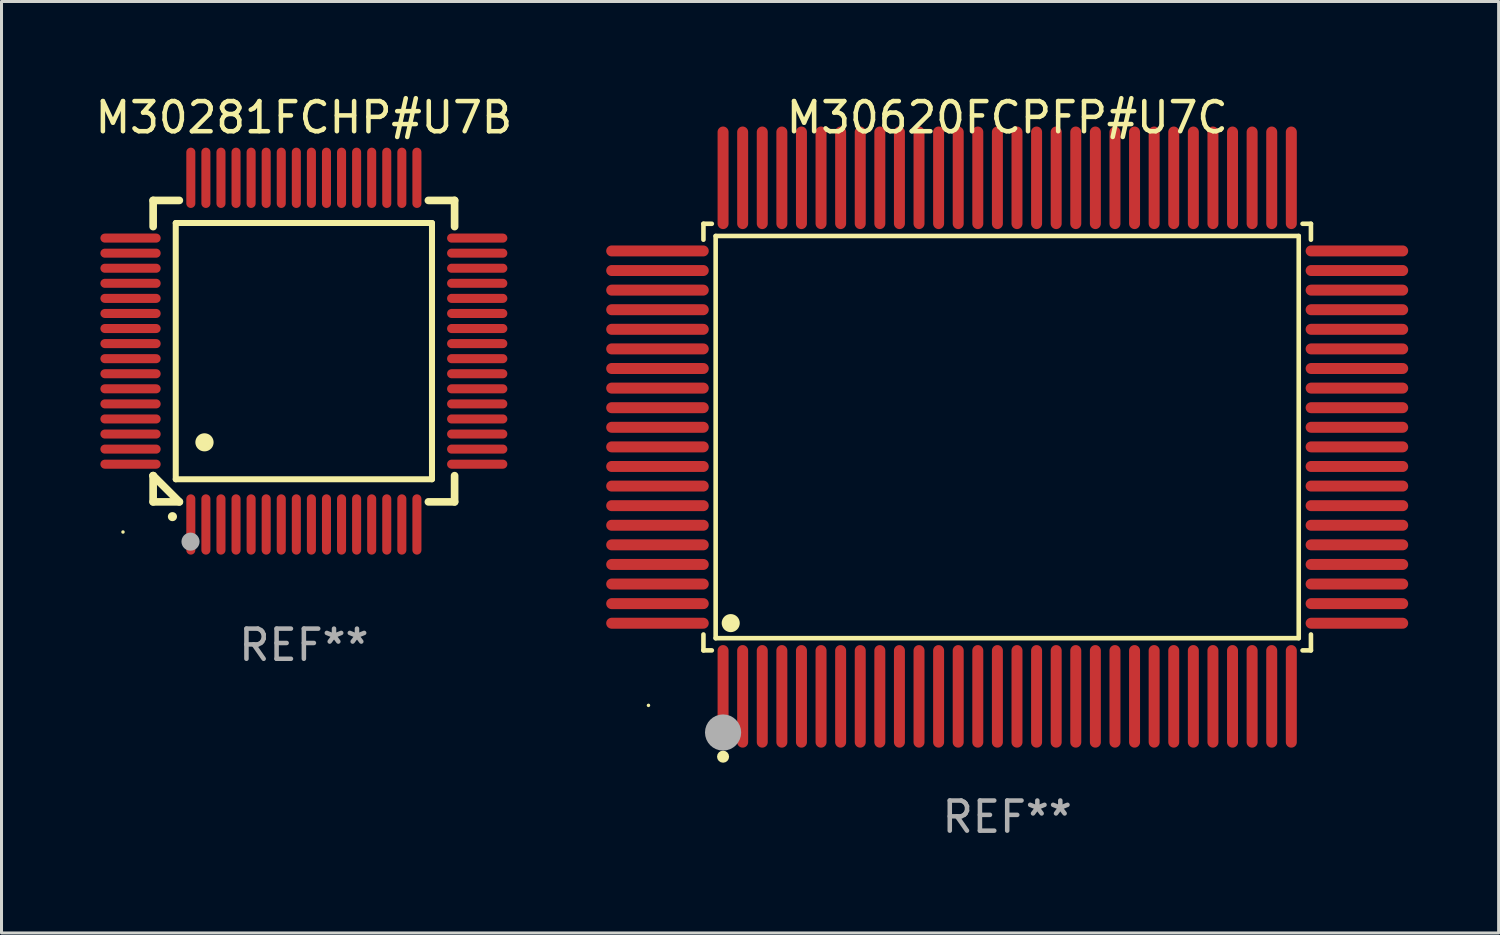
<source format=kicad_pcb>
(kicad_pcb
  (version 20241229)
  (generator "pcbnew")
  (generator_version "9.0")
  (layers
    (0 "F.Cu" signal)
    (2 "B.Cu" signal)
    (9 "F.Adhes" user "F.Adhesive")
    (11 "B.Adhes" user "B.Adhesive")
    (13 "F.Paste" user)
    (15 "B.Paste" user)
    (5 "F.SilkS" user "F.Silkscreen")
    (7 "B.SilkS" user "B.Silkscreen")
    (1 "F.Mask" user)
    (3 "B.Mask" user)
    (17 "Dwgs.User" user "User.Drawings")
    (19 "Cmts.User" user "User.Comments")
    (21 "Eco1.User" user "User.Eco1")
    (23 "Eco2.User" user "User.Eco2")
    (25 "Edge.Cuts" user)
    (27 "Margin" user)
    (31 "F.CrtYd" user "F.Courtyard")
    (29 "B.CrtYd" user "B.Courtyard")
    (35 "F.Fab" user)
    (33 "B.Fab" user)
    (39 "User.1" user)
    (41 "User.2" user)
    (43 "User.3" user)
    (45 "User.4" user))
  (footprint "M30620FCPFP#U7C"
    (layer "F.Cu")
    (at 30.361 11.449)
    (property "Reference" "M30620FCPFP#U7C" (at 0 -10.601 0) (layer "F.SilkS") (effects (font (size 1 1) (thickness 0.15))))
    (attr through_hole)
    (fp_line (start -10.076 -7.076) (end -9.798 -7.076) (stroke (width 0.152) (type solid)) (layer "F.SilkS"))
    (fp_line (start -10.076 -6.548) (end -10.076 -7.076) (stroke (width 0.152) (type solid)) (layer "F.SilkS"))
    (fp_line (start -10.076 6.548) (end -10.076 7.076) (stroke (width 0.152) (type solid)) (layer "F.SilkS"))
    (fp_line (start -10.076 7.076) (end -9.798 7.076) (stroke (width 0.152) (type solid)) (layer "F.SilkS"))
    (fp_line (start -9.671 -6.671) (end 9.671 -6.671) (stroke (width 0.152) (type solid)) (layer "F.SilkS"))
    (fp_line (start -9.671 6.671) (end -9.671 -6.671) (stroke (width 0.152) (type solid)) (layer "F.SilkS"))
    (fp_line (start 9.671 -6.671) (end 9.671 6.671) (stroke (width 0.152) (type solid)) (layer "F.SilkS"))
    (fp_line (start 9.671 6.671) (end -9.671 6.671) (stroke (width 0.152) (type solid)) (layer "F.SilkS"))
    (fp_line (start 10.076 -7.076) (end 9.798 -7.076) (stroke (width 0.152) (type solid)) (layer "F.SilkS"))
    (fp_line (start 10.076 -6.548) (end 10.076 -7.076) (stroke (width 0.152) (type solid)) (layer "F.SilkS"))
    (fp_line (start 10.076 6.548) (end 10.076 7.076) (stroke (width 0.152) (type solid)) (layer "F.SilkS"))
    (fp_line (start 10.076 7.076) (end 9.798 7.076) (stroke (width 0.152) (type solid)) (layer "F.SilkS"))
    (fp_circle (center -11.9 8.9) (end -11.87 8.9) (stroke (width 0.06) (type solid)) (fill no) (layer "F.SilkS"))
    (fp_circle (center -9.425 10.602) (end -9.325 10.602) (stroke (width 0.2) (type solid)) (fill no) (layer "F.SilkS"))
    (fp_circle (center -9.171 6.171) (end -9.021 6.171) (stroke (width 0.3) (type solid)) (fill no) (layer "F.SilkS"))
    (fp_circle (center -9.425 9.8) (end -9.125 9.8) (stroke (width 0.6) (type solid)) (fill no) (layer "F.Fab"))
    (fp_text user "REF**" (at 0 12.601 0) (layer "F.Fab") (effects (font (size 1 1) (thickness 0.15))))
    (pad "1" smd oval (at -9.425 8.601) (size 0.364 3.402) (layers "F.Cu" "F.Mask" "F.Paste"))
    (pad "2" smd oval (at -8.775 8.601) (size 0.364 3.402) (layers "F.Cu" "F.Mask" "F.Paste"))
    (pad "3" smd oval (at -8.125 8.601) (size 0.364 3.402) (layers "F.Cu" "F.Mask" "F.Paste"))
    (pad "4" smd oval (at -7.475 8.601) (size 0.364 3.402) (layers "F.Cu" "F.Mask" "F.Paste"))
    (pad "5" smd oval (at -6.825 8.601) (size 0.364 3.402) (layers "F.Cu" "F.Mask" "F.Paste"))
    (pad "6" smd oval (at -6.175 8.601) (size 0.364 3.402) (layers "F.Cu" "F.Mask" "F.Paste"))
    (pad "7" smd oval (at -5.525 8.601) (size 0.364 3.402) (layers "F.Cu" "F.Mask" "F.Paste"))
    (pad "8" smd oval (at -4.875 8.601) (size 0.364 3.402) (layers "F.Cu" "F.Mask" "F.Paste"))
    (pad "9" smd oval (at -4.225 8.601) (size 0.364 3.402) (layers "F.Cu" "F.Mask" "F.Paste"))
    (pad "10" smd oval (at -3.575 8.601) (size 0.364 3.402) (layers "F.Cu" "F.Mask" "F.Paste"))
    (pad "11" smd oval (at -2.925 8.601) (size 0.364 3.402) (layers "F.Cu" "F.Mask" "F.Paste"))
    (pad "12" smd oval (at -2.275 8.601) (size 0.364 3.402) (layers "F.Cu" "F.Mask" "F.Paste"))
    (pad "13" smd oval (at -1.625 8.601) (size 0.364 3.402) (layers "F.Cu" "F.Mask" "F.Paste"))
    (pad "14" smd oval (at -0.975 8.601) (size 0.364 3.402) (layers "F.Cu" "F.Mask" "F.Paste"))
    (pad "15" smd oval (at -0.325 8.601) (size 0.364 3.402) (layers "F.Cu" "F.Mask" "F.Paste"))
    (pad "16" smd oval (at 0.325 8.601) (size 0.364 3.402) (layers "F.Cu" "F.Mask" "F.Paste"))
    (pad "17" smd oval (at 0.975 8.601) (size 0.364 3.402) (layers "F.Cu" "F.Mask" "F.Paste"))
    (pad "18" smd oval (at 1.625 8.601) (size 0.364 3.402) (layers "F.Cu" "F.Mask" "F.Paste"))
    (pad "19" smd oval (at 2.275 8.601) (size 0.364 3.402) (layers "F.Cu" "F.Mask" "F.Paste"))
    (pad "20" smd oval (at 2.925 8.601) (size 0.364 3.402) (layers "F.Cu" "F.Mask" "F.Paste"))
    (pad "21" smd oval (at 3.575 8.601) (size 0.364 3.402) (layers "F.Cu" "F.Mask" "F.Paste"))
    (pad "22" smd oval (at 4.225 8.601) (size 0.364 3.402) (layers "F.Cu" "F.Mask" "F.Paste"))
    (pad "23" smd oval (at 4.875 8.601) (size 0.364 3.402) (layers "F.Cu" "F.Mask" "F.Paste"))
    (pad "24" smd oval (at 5.525 8.601) (size 0.364 3.402) (layers "F.Cu" "F.Mask" "F.Paste"))
    (pad "25" smd oval (at 6.175 8.601) (size 0.364 3.402) (layers "F.Cu" "F.Mask" "F.Paste"))
    (pad "26" smd oval (at 6.825 8.601) (size 0.364 3.402) (layers "F.Cu" "F.Mask" "F.Paste"))
    (pad "27" smd oval (at 7.475 8.601) (size 0.364 3.402) (layers "F.Cu" "F.Mask" "F.Paste"))
    (pad "28" smd oval (at 8.125 8.601) (size 0.364 3.402) (layers "F.Cu" "F.Mask" "F.Paste"))
    (pad "29" smd oval (at 8.775 8.601) (size 0.364 3.402) (layers "F.Cu" "F.Mask" "F.Paste"))
    (pad "30" smd oval (at 9.425 8.601) (size 0.364 3.402) (layers "F.Cu" "F.Mask" "F.Paste"))
    (pad "31" smd oval (at 11.601 6.175) (size 3.402 0.364) (layers "F.Cu" "F.Mask" "F.Paste"))
    (pad "32" smd oval (at 11.601 5.525) (size 3.402 0.364) (layers "F.Cu" "F.Mask" "F.Paste"))
    (pad "33" smd oval (at 11.601 4.875) (size 3.402 0.364) (layers "F.Cu" "F.Mask" "F.Paste"))
    (pad "34" smd oval (at 11.601 4.225) (size 3.402 0.364) (layers "F.Cu" "F.Mask" "F.Paste"))
    (pad "35" smd oval (at 11.601 3.575) (size 3.402 0.364) (layers "F.Cu" "F.Mask" "F.Paste"))
    (pad "36" smd oval (at 11.601 2.925) (size 3.402 0.364) (layers "F.Cu" "F.Mask" "F.Paste"))
    (pad "37" smd oval (at 11.601 2.275) (size 3.402 0.364) (layers "F.Cu" "F.Mask" "F.Paste"))
    (pad "38" smd oval (at 11.601 1.625) (size 3.402 0.364) (layers "F.Cu" "F.Mask" "F.Paste"))
    (pad "39" smd oval (at 11.601 0.975) (size 3.402 0.364) (layers "F.Cu" "F.Mask" "F.Paste"))
    (pad "40" smd oval (at 11.601 0.325) (size 3.402 0.364) (layers "F.Cu" "F.Mask" "F.Paste"))
    (pad "41" smd oval (at 11.601 -0.325) (size 3.402 0.364) (layers "F.Cu" "F.Mask" "F.Paste"))
    (pad "42" smd oval (at 11.601 -0.975) (size 3.402 0.364) (layers "F.Cu" "F.Mask" "F.Paste"))
    (pad "43" smd oval (at 11.601 -1.625) (size 3.402 0.364) (layers "F.Cu" "F.Mask" "F.Paste"))
    (pad "44" smd oval (at 11.601 -2.275) (size 3.402 0.364) (layers "F.Cu" "F.Mask" "F.Paste"))
    (pad "45" smd oval (at 11.601 -2.925) (size 3.402 0.364) (layers "F.Cu" "F.Mask" "F.Paste"))
    (pad "46" smd oval (at 11.601 -3.575) (size 3.402 0.364) (layers "F.Cu" "F.Mask" "F.Paste"))
    (pad "47" smd oval (at 11.601 -4.225) (size 3.402 0.364) (layers "F.Cu" "F.Mask" "F.Paste"))
    (pad "48" smd oval (at 11.601 -4.875) (size 3.402 0.364) (layers "F.Cu" "F.Mask" "F.Paste"))
    (pad "49" smd oval (at 11.601 -5.525) (size 3.402 0.364) (layers "F.Cu" "F.Mask" "F.Paste"))
    (pad "50" smd oval (at 11.601 -6.175) (size 3.402 0.364) (layers "F.Cu" "F.Mask" "F.Paste"))
    (pad "51" smd oval (at 9.425 -8.601) (size 0.364 3.402) (layers "F.Cu" "F.Mask" "F.Paste"))
    (pad "52" smd oval (at 8.775 -8.601) (size 0.364 3.402) (layers "F.Cu" "F.Mask" "F.Paste"))
    (pad "53" smd oval (at 8.125 -8.601) (size 0.364 3.402) (layers "F.Cu" "F.Mask" "F.Paste"))
    (pad "54" smd oval (at 7.475 -8.601) (size 0.364 3.402) (layers "F.Cu" "F.Mask" "F.Paste"))
    (pad "55" smd oval (at 6.825 -8.601) (size 0.364 3.402) (layers "F.Cu" "F.Mask" "F.Paste"))
    (pad "56" smd oval (at 6.175 -8.601) (size 0.364 3.402) (layers "F.Cu" "F.Mask" "F.Paste"))
    (pad "57" smd oval (at 5.525 -8.601) (size 0.364 3.402) (layers "F.Cu" "F.Mask" "F.Paste"))
    (pad "58" smd oval (at 4.875 -8.601) (size 0.364 3.402) (layers "F.Cu" "F.Mask" "F.Paste"))
    (pad "59" smd oval (at 4.225 -8.601) (size 0.364 3.402) (layers "F.Cu" "F.Mask" "F.Paste"))
    (pad "60" smd oval (at 3.575 -8.601) (size 0.364 3.402) (layers "F.Cu" "F.Mask" "F.Paste"))
    (pad "61" smd oval (at 2.925 -8.601) (size 0.364 3.402) (layers "F.Cu" "F.Mask" "F.Paste"))
    (pad "62" smd oval (at 2.275 -8.601) (size 0.364 3.402) (layers "F.Cu" "F.Mask" "F.Paste"))
    (pad "63" smd oval (at 1.625 -8.601) (size 0.364 3.402) (layers "F.Cu" "F.Mask" "F.Paste"))
    (pad "64" smd oval (at 0.975 -8.601) (size 0.364 3.402) (layers "F.Cu" "F.Mask" "F.Paste"))
    (pad "65" smd oval (at 0.325 -8.601) (size 0.364 3.402) (layers "F.Cu" "F.Mask" "F.Paste"))
    (pad "66" smd oval (at -0.325 -8.601) (size 0.364 3.402) (layers "F.Cu" "F.Mask" "F.Paste"))
    (pad "67" smd oval (at -0.975 -8.601) (size 0.364 3.402) (layers "F.Cu" "F.Mask" "F.Paste"))
    (pad "68" smd oval (at -1.625 -8.601) (size 0.364 3.402) (layers "F.Cu" "F.Mask" "F.Paste"))
    (pad "69" smd oval (at -2.275 -8.601) (size 0.364 3.402) (layers "F.Cu" "F.Mask" "F.Paste"))
    (pad "70" smd oval (at -2.925 -8.601) (size 0.364 3.402) (layers "F.Cu" "F.Mask" "F.Paste"))
    (pad "71" smd oval (at -3.575 -8.601) (size 0.364 3.402) (layers "F.Cu" "F.Mask" "F.Paste"))
    (pad "72" smd oval (at -4.225 -8.601) (size 0.364 3.402) (layers "F.Cu" "F.Mask" "F.Paste"))
    (pad "73" smd oval (at -4.875 -8.601) (size 0.364 3.402) (layers "F.Cu" "F.Mask" "F.Paste"))
    (pad "74" smd oval (at -5.525 -8.601) (size 0.364 3.402) (layers "F.Cu" "F.Mask" "F.Paste"))
    (pad "75" smd oval (at -6.175 -8.601) (size 0.364 3.402) (layers "F.Cu" "F.Mask" "F.Paste"))
    (pad "76" smd oval (at -6.825 -8.601) (size 0.364 3.402) (layers "F.Cu" "F.Mask" "F.Paste"))
    (pad "77" smd oval (at -7.475 -8.601) (size 0.364 3.402) (layers "F.Cu" "F.Mask" "F.Paste"))
    (pad "78" smd oval (at -8.125 -8.601) (size 0.364 3.402) (layers "F.Cu" "F.Mask" "F.Paste"))
    (pad "79" smd oval (at -8.775 -8.601) (size 0.364 3.402) (layers "F.Cu" "F.Mask" "F.Paste"))
    (pad "80" smd oval (at -9.425 -8.601) (size 0.364 3.402) (layers "F.Cu" "F.Mask" "F.Paste"))
    (pad "81" smd oval (at -11.601 -6.175) (size 3.402 0.364) (layers "F.Cu" "F.Mask" "F.Paste"))
    (pad "82" smd oval (at -11.601 -5.525) (size 3.402 0.364) (layers "F.Cu" "F.Mask" "F.Paste"))
    (pad "83" smd oval (at -11.601 -4.875) (size 3.402 0.364) (layers "F.Cu" "F.Mask" "F.Paste"))
    (pad "84" smd oval (at -11.601 -4.225) (size 3.402 0.364) (layers "F.Cu" "F.Mask" "F.Paste"))
    (pad "85" smd oval (at -11.601 -3.575) (size 3.402 0.364) (layers "F.Cu" "F.Mask" "F.Paste"))
    (pad "86" smd oval (at -11.601 -2.925) (size 3.402 0.364) (layers "F.Cu" "F.Mask" "F.Paste"))
    (pad "87" smd oval (at -11.601 -2.275) (size 3.402 0.364) (layers "F.Cu" "F.Mask" "F.Paste"))
    (pad "88" smd oval (at -11.601 -1.625) (size 3.402 0.364) (layers "F.Cu" "F.Mask" "F.Paste"))
    (pad "89" smd oval (at -11.601 -0.975) (size 3.402 0.364) (layers "F.Cu" "F.Mask" "F.Paste"))
    (pad "90" smd oval (at -11.601 -0.325) (size 3.402 0.364) (layers "F.Cu" "F.Mask" "F.Paste"))
    (pad "91" smd oval (at -11.601 0.325) (size 3.402 0.364) (layers "F.Cu" "F.Mask" "F.Paste"))
    (pad "92" smd oval (at -11.601 0.975) (size 3.402 0.364) (layers "F.Cu" "F.Mask" "F.Paste"))
    (pad "93" smd oval (at -11.601 1.625) (size 3.402 0.364) (layers "F.Cu" "F.Mask" "F.Paste"))
    (pad "94" smd oval (at -11.601 2.275) (size 3.402 0.364) (layers "F.Cu" "F.Mask" "F.Paste"))
    (pad "95" smd oval (at -11.601 2.925) (size 3.402 0.364) (layers "F.Cu" "F.Mask" "F.Paste"))
    (pad "96" smd oval (at -11.601 3.575) (size 3.402 0.364) (layers "F.Cu" "F.Mask" "F.Paste"))
    (pad "97" smd oval (at -11.601 4.225) (size 3.402 0.364) (layers "F.Cu" "F.Mask" "F.Paste"))
    (pad "98" smd oval (at -11.601 4.875) (size 3.402 0.364) (layers "F.Cu" "F.Mask" "F.Paste"))
    (pad "99" smd oval (at -11.601 5.525) (size 3.402 0.364) (layers "F.Cu" "F.Mask" "F.Paste"))
    (pad "100" smd oval (at -11.601 6.175) (size 3.402 0.364) (layers "F.Cu" "F.Mask" "F.Paste")))
  (footprint "M30281FCHP#U7B"
    (layer "F.Cu")
    (at 7.03 8.598)
    (property "Reference" "M30281FCHP#U7B" (at 0 -7.75 0) (layer "F.SilkS") (effects (font (size 1 1) (thickness 0.15))))
    (attr through_hole)
    (fp_line (start -5 -5) (end -4.131 -5) (stroke (width 0.254) (type solid)) (layer "F.SilkS"))
    (fp_line (start -5 -4.131) (end -5 -5) (stroke (width 0.254) (type solid)) (layer "F.SilkS"))
    (fp_line (start -5 4.131) (end -5 4.131) (stroke (width 0.254) (type solid)) (layer "F.SilkS"))
    (fp_line (start -5 5) (end -5 4.131) (stroke (width 0.254) (type solid)) (layer "F.SilkS"))
    (fp_line (start -5 4.131) (end -4.131 5) (stroke (width 0.254) (type solid)) (layer "F.SilkS"))
    (fp_line (start -4.25 -4.25) (end -4.25 4.25) (stroke (width 0.2) (type solid)) (layer "F.SilkS"))
    (fp_line (start -4.25 4.25) (end 4.25 4.25) (stroke (width 0.2) (type solid)) (layer "F.SilkS"))
    (fp_line (start -4.131 5) (end -5 5) (stroke (width 0.254) (type solid)) (layer "F.SilkS"))
    (fp_line (start 4.25 -4.25) (end -4.25 -4.25) (stroke (width 0.2) (type solid)) (layer "F.SilkS"))
    (fp_line (start 4.25 4.25) (end 4.25 -4.25) (stroke (width 0.2) (type solid)) (layer "F.SilkS"))
    (fp_line (start 5 -5) (end 4.131 -5) (stroke (width 0.254) (type solid)) (layer "F.SilkS"))
    (fp_line (start 5 -5) (end 5 -4.131) (stroke (width 0.254) (type solid)) (layer "F.SilkS"))
    (fp_line (start 5 4.131) (end 5 5) (stroke (width 0.254) (type solid)) (layer "F.SilkS"))
    (fp_line (start 5 5) (end 4.131 5) (stroke (width 0.254) (type solid)) (layer "F.SilkS"))
    (fp_arc (start -4.361265 5.489992) (mid -4.359995 5.489987) (end -4.358725 5.489992) (stroke (width 0.3) (type solid)) (layer "F.SilkS"))
    (fp_arc (start -3.299467 3.025146) (mid -3.296927 3.025135) (end -3.294387 3.025146) (stroke (width 0.6) (type solid)) (layer "F.SilkS"))
    (fp_circle (center -6 6) (end -5.97 6) (stroke (width 0.06) (type solid)) (fill no) (layer "F.SilkS"))
    (fp_circle (center -3.76 6.32) (end -3.61 6.32) (stroke (width 0.3) (type solid)) (fill no) (layer "F.Fab"))
    (fp_text user "REF**" (at 0 9.75 0) (layer "F.Fab") (effects (font (size 1 1) (thickness 0.15))))
    (pad "1" smd oval (at -3.75 5.75) (size 0.3 2) (layers "F.Cu" "F.Mask" "F.Paste"))
    (pad "2" smd oval (at -3.25 5.75) (size 0.3 2) (layers "F.Cu" "F.Mask" "F.Paste"))
    (pad "3" smd oval (at -2.75 5.75) (size 0.3 2) (layers "F.Cu" "F.Mask" "F.Paste"))
    (pad "4" smd oval (at -2.25 5.75) (size 0.3 2) (layers "F.Cu" "F.Mask" "F.Paste"))
    (pad "5" smd oval (at -1.75 5.75) (size 0.3 2) (layers "F.Cu" "F.Mask" "F.Paste"))
    (pad "6" smd oval (at -1.25 5.75) (size 0.3 2) (layers "F.Cu" "F.Mask" "F.Paste"))
    (pad "7" smd oval (at -0.75 5.75) (size 0.3 2) (layers "F.Cu" "F.Mask" "F.Paste"))
    (pad "8" smd oval (at -0.25 5.75) (size 0.3 2) (layers "F.Cu" "F.Mask" "F.Paste"))
    (pad "9" smd oval (at 0.25 5.75) (size 0.3 2) (layers "F.Cu" "F.Mask" "F.Paste"))
    (pad "10" smd oval (at 0.75 5.75) (size 0.3 2) (layers "F.Cu" "F.Mask" "F.Paste"))
    (pad "11" smd oval (at 1.25 5.75) (size 0.3 2) (layers "F.Cu" "F.Mask" "F.Paste"))
    (pad "12" smd oval (at 1.75 5.75) (size 0.3 2) (layers "F.Cu" "F.Mask" "F.Paste"))
    (pad "13" smd oval (at 2.25 5.75) (size 0.3 2) (layers "F.Cu" "F.Mask" "F.Paste"))
    (pad "14" smd oval (at 2.75 5.75) (size 0.3 2) (layers "F.Cu" "F.Mask" "F.Paste"))
    (pad "15" smd oval (at 3.25 5.75) (size 0.3 2) (layers "F.Cu" "F.Mask" "F.Paste"))
    (pad "16" smd oval (at 3.75 5.75) (size 0.3 2) (layers "F.Cu" "F.Mask" "F.Paste"))
    (pad "17" smd oval (at 5.75 3.75) (size 2 0.3) (layers "F.Cu" "F.Mask" "F.Paste"))
    (pad "18" smd oval (at 5.75 3.25) (size 2 0.3) (layers "F.Cu" "F.Mask" "F.Paste"))
    (pad "19" smd oval (at 5.75 2.75) (size 2 0.3) (layers "F.Cu" "F.Mask" "F.Paste"))
    (pad "20" smd oval (at 5.75 2.25) (size 2 0.3) (layers "F.Cu" "F.Mask" "F.Paste"))
    (pad "21" smd oval (at 5.75 1.75) (size 2 0.3) (layers "F.Cu" "F.Mask" "F.Paste"))
    (pad "22" smd oval (at 5.75 1.25) (size 2 0.3) (layers "F.Cu" "F.Mask" "F.Paste"))
    (pad "23" smd oval (at 5.75 0.75) (size 2 0.3) (layers "F.Cu" "F.Mask" "F.Paste"))
    (pad "24" smd oval (at 5.75 0.25) (size 2 0.3) (layers "F.Cu" "F.Mask" "F.Paste"))
    (pad "25" smd oval (at 5.75 -0.25) (size 2 0.3) (layers "F.Cu" "F.Mask" "F.Paste"))
    (pad "26" smd oval (at 5.75 -0.75) (size 2 0.3) (layers "F.Cu" "F.Mask" "F.Paste"))
    (pad "27" smd oval (at 5.75 -1.25) (size 2 0.3) (layers "F.Cu" "F.Mask" "F.Paste"))
    (pad "28" smd oval (at 5.75 -1.75) (size 2 0.3) (layers "F.Cu" "F.Mask" "F.Paste"))
    (pad "29" smd oval (at 5.75 -2.25) (size 2 0.3) (layers "F.Cu" "F.Mask" "F.Paste"))
    (pad "30" smd oval (at 5.75 -2.75) (size 2 0.3) (layers "F.Cu" "F.Mask" "F.Paste"))
    (pad "31" smd oval (at 5.75 -3.25) (size 2 0.3) (layers "F.Cu" "F.Mask" "F.Paste"))
    (pad "32" smd oval (at 5.75 -3.75) (size 2 0.3) (layers "F.Cu" "F.Mask" "F.Paste"))
    (pad "33" smd oval (at 3.75 -5.75) (size 0.3 2) (layers "F.Cu" "F.Mask" "F.Paste"))
    (pad "34" smd oval (at 3.25 -5.75) (size 0.3 2) (layers "F.Cu" "F.Mask" "F.Paste"))
    (pad "35" smd oval (at 2.75 -5.75) (size 0.3 2) (layers "F.Cu" "F.Mask" "F.Paste"))
    (pad "36" smd oval (at 2.25 -5.75) (size 0.3 2) (layers "F.Cu" "F.Mask" "F.Paste"))
    (pad "37" smd oval (at 1.75 -5.75) (size 0.3 2) (layers "F.Cu" "F.Mask" "F.Paste"))
    (pad "38" smd oval (at 1.25 -5.75) (size 0.3 2) (layers "F.Cu" "F.Mask" "F.Paste"))
    (pad "39" smd oval (at 0.75 -5.75) (size 0.3 2) (layers "F.Cu" "F.Mask" "F.Paste"))
    (pad "40" smd oval (at 0.25 -5.75) (size 0.3 2) (layers "F.Cu" "F.Mask" "F.Paste"))
    (pad "41" smd oval (at -0.25 -5.75) (size 0.3 2) (layers "F.Cu" "F.Mask" "F.Paste"))
    (pad "42" smd oval (at -0.75 -5.75) (size 0.3 2) (layers "F.Cu" "F.Mask" "F.Paste"))
    (pad "43" smd oval (at -1.25 -5.75) (size 0.3 2) (layers "F.Cu" "F.Mask" "F.Paste"))
    (pad "44" smd oval (at -1.75 -5.75) (size 0.3 2) (layers "F.Cu" "F.Mask" "F.Paste"))
    (pad "45" smd oval (at -2.25 -5.75) (size 0.3 2) (layers "F.Cu" "F.Mask" "F.Paste"))
    (pad "46" smd oval (at -2.75 -5.75) (size 0.3 2) (layers "F.Cu" "F.Mask" "F.Paste"))
    (pad "47" smd oval (at -3.25 -5.75) (size 0.3 2) (layers "F.Cu" "F.Mask" "F.Paste"))
    (pad "48" smd oval (at -3.75 -5.75) (size 0.3 2) (layers "F.Cu" "F.Mask" "F.Paste"))
    (pad "49" smd oval (at -5.75 -3.75) (size 2 0.3) (layers "F.Cu" "F.Mask" "F.Paste"))
    (pad "50" smd oval (at -5.75 -3.25) (size 2 0.3) (layers "F.Cu" "F.Mask" "F.Paste"))
    (pad "51" smd oval (at -5.75 -2.75) (size 2 0.3) (layers "F.Cu" "F.Mask" "F.Paste"))
    (pad "52" smd oval (at -5.75 -2.25) (size 2 0.3) (layers "F.Cu" "F.Mask" "F.Paste"))
    (pad "53" smd oval (at -5.75 -1.75) (size 2 0.3) (layers "F.Cu" "F.Mask" "F.Paste"))
    (pad "54" smd oval (at -5.75 -1.25) (size 2 0.3) (layers "F.Cu" "F.Mask" "F.Paste"))
    (pad "55" smd oval (at -5.75 -0.75) (size 2 0.3) (layers "F.Cu" "F.Mask" "F.Paste"))
    (pad "56" smd oval (at -5.75 -0.25) (size 2 0.3) (layers "F.Cu" "F.Mask" "F.Paste"))
    (pad "57" smd oval (at -5.75 0.25) (size 2 0.3) (layers "F.Cu" "F.Mask" "F.Paste"))
    (pad "58" smd oval (at -5.75 0.75) (size 2 0.3) (layers "F.Cu" "F.Mask" "F.Paste"))
    (pad "59" smd oval (at -5.75 1.25) (size 2 0.3) (layers "F.Cu" "F.Mask" "F.Paste"))
    (pad "60" smd oval (at -5.75 1.75) (size 2 0.3) (layers "F.Cu" "F.Mask" "F.Paste"))
    (pad "61" smd oval (at -5.75 2.25) (size 2 0.3) (layers "F.Cu" "F.Mask" "F.Paste"))
    (pad "62" smd oval (at -5.75 2.75) (size 2 0.3) (layers "F.Cu" "F.Mask" "F.Paste"))
    (pad "63" smd oval (at -5.75 3.25) (size 2 0.3) (layers "F.Cu" "F.Mask" "F.Paste"))
    (pad "64" smd oval (at -5.75 3.75) (size 2 0.3) (layers "F.Cu" "F.Mask" "F.Paste")))
  (gr_rect
    (start -3 -3)
    (end 46.663 27.898)
    (stroke (width 0.1) (type default))
    (fill no)
    (layer "Edge.Cuts")))
</source>
